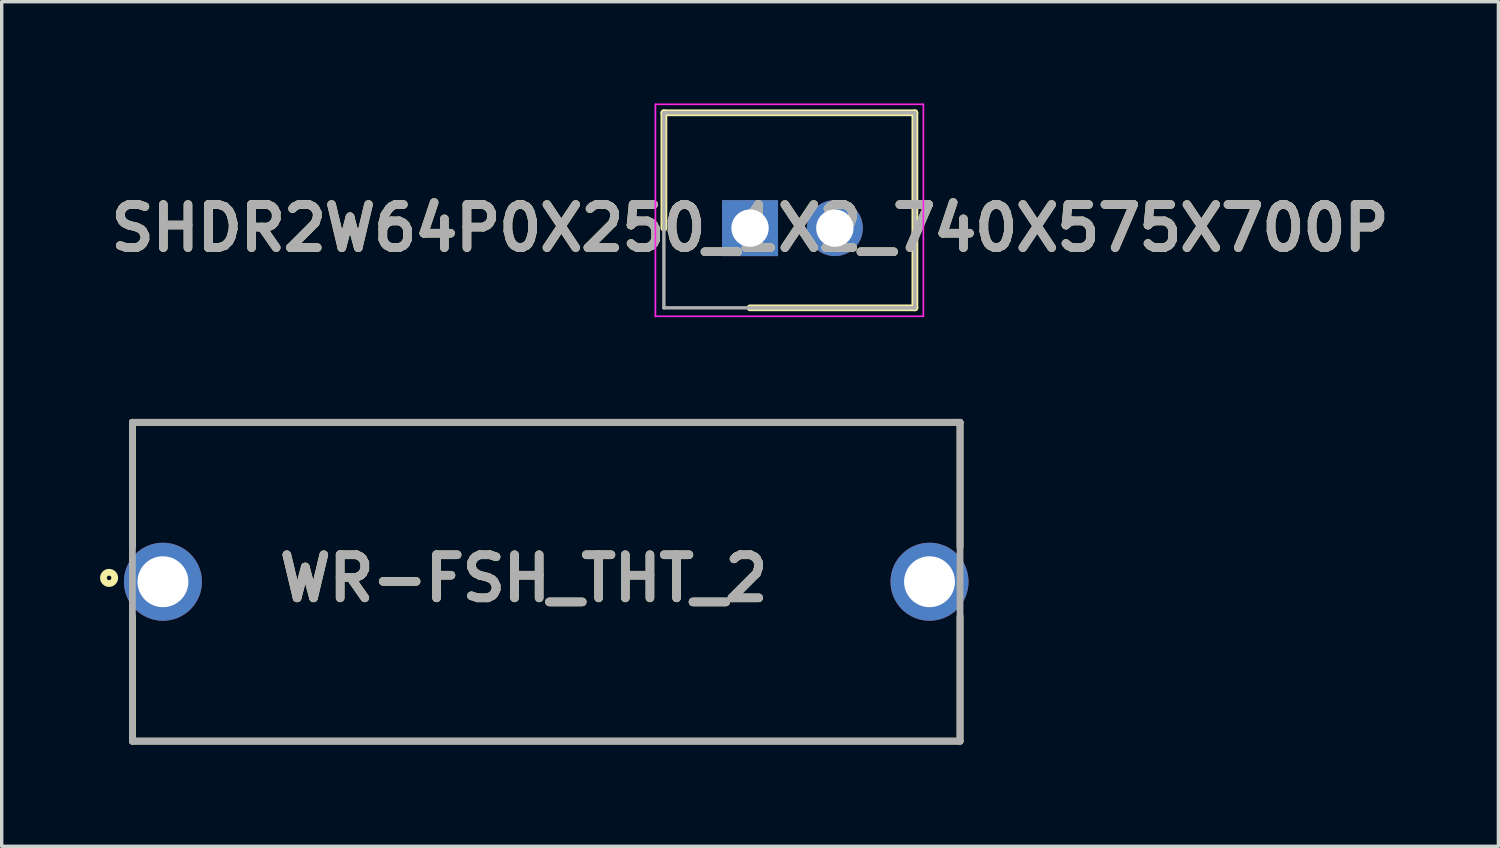
<source format=kicad_pcb>
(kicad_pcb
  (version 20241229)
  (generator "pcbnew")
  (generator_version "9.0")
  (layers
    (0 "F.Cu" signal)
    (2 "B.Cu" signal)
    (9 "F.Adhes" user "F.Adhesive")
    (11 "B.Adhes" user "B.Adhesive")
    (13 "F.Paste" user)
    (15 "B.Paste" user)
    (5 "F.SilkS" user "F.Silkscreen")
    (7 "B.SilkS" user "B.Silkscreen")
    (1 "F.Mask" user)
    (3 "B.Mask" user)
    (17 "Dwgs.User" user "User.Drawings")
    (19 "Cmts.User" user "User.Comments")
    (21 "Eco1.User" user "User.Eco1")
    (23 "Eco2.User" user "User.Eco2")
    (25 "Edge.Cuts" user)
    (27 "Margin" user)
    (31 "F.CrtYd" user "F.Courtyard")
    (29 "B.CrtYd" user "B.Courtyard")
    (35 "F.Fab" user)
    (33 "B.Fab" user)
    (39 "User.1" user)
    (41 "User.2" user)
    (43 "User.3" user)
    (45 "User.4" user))
  (footprint "SHDR2W64P0X250_1X2_740X575X700P"
    (layer "F.Cu")
    (at 19.062 3.675)
    (property "Reference" "SHDR2W64P0X250_1X2_740X575X700P" (at 0 0 0) (layer "F.SilkS") (effects (font (size 1.27 1.27) (thickness 0.254))))
    (attr through_hole)
    (fp_line (start -2.54 -3.4) (end -2.54 0) (stroke (width 0.2) (type solid)) (layer "F.SilkS"))
    (fp_line (start 0 2.35) (end 4.86 2.35) (stroke (width 0.2) (type solid)) (layer "F.SilkS"))
    (fp_line (start 4.86 -3.4) (end -2.54 -3.4) (stroke (width 0.2) (type solid)) (layer "F.SilkS"))
    (fp_line (start 4.86 2.35) (end 4.86 -3.4) (stroke (width 0.2) (type solid)) (layer "F.SilkS"))
    (fp_line (start -2.79 -3.65) (end 5.11 -3.65) (stroke (width 0.05) (type solid)) (layer "F.CrtYd"))
    (fp_line (start -2.79 2.6) (end -2.79 -3.65) (stroke (width 0.05) (type solid)) (layer "F.CrtYd"))
    (fp_line (start 5.11 -3.65) (end 5.11 2.6) (stroke (width 0.05) (type solid)) (layer "F.CrtYd"))
    (fp_line (start 5.11 2.6) (end -2.79 2.6) (stroke (width 0.05) (type solid)) (layer "F.CrtYd"))
    (fp_line (start -2.54 -3.4) (end 4.86 -3.4) (stroke (width 0.1) (type solid)) (layer "F.Fab"))
    (fp_line (start -2.54 2.35) (end -2.54 -3.4) (stroke (width 0.1) (type solid)) (layer "F.Fab"))
    (fp_line (start 4.86 -3.4) (end 4.86 2.35) (stroke (width 0.1) (type solid)) (layer "F.Fab"))
    (fp_line (start 4.86 2.35) (end -2.54 2.35) (stroke (width 0.1) (type solid)) (layer "F.Fab"))
    (fp_text user "${REFERENCE}" (at 0 0 0) (layer "F.Fab") (effects (font (size 1.27 1.27) (thickness 0.254))))
    (pad "1" thru_hole rect (at 0 0) (size 1.65 1.65) (drill 1.1) (layers "*.Cu" "*.Mask"))
    (pad "2" thru_hole circle (at 2.5 0) (size 1.65 1.65) (drill 1.1) (layers "*.Cu" "*.Mask")))
  (footprint "WR-FSH_THT_2"
    (layer "F.Cu")
    (at 13.053 14.1)
    (property "Reference" "WR-FSH_THT_2" (at -0.662 -0.1 0) (layer "F.SilkS") (effects (font (size 1.27 1.27) (thickness 0.254))))
    (attr through_hole)
    (fp_line (start -12.2 -4.7) (end -12.2 -1.023) (stroke (width 0.2) (type solid)) (layer "F.SilkS"))
    (fp_line (start -12.2 -4.7) (end 12.2 -4.7) (stroke (width 0.2) (type solid)) (layer "F.SilkS"))
    (fp_line (start -12.2 4.7) (end -12.2 1.023) (stroke (width 0.2) (type solid)) (layer "F.SilkS"))
    (fp_line (start 12.2 -4.7) (end 12.2 -1.023) (stroke (width 0.2) (type solid)) (layer "F.SilkS"))
    (fp_line (start 12.2 4.7) (end -12.2 4.7) (stroke (width 0.2) (type solid)) (layer "F.SilkS"))
    (fp_line (start 12.2 4.7) (end 12.2 1.023) (stroke (width 0.2) (type solid)) (layer "F.SilkS"))
    (fp_circle (center -12.887 -0.113) (end -12.887 -0.047) (stroke (width 0.2) (type solid)) (fill no) (layer "F.SilkS"))
    (fp_line (start -12.2 -4.7) (end 12.2 -4.7) (stroke (width 0.2) (type solid)) (layer "F.Fab"))
    (fp_line (start -12.2 4.7) (end -12.2 -4.7) (stroke (width 0.2) (type solid)) (layer "F.Fab"))
    (fp_line (start 12.2 -4.7) (end 12.2 4.7) (stroke (width 0.2) (type solid)) (layer "F.Fab"))
    (fp_line (start 12.2 4.7) (end -12.2 4.7) (stroke (width 0.2) (type solid)) (layer "F.Fab"))
    (fp_text user "${REFERENCE}" (at -0.662 -0.1 0) (layer "F.Fab") (effects (font (size 1.27 1.27) (thickness 0.254))))
    (pad "1" thru_hole circle (at -11.3 0) (size 2.3 2.3) (drill 1.5) (layers "*.Cu" "*.Mask"))
    (pad "2" thru_hole circle (at 11.3 0) (size 2.3 2.3) (drill 1.5) (layers "*.Cu" "*.Mask")))
  (gr_rect
    (start -3 -3)
    (end 41.124 21.9)
    (stroke (width 0.1) (type default))
    (fill no)
    (layer "Edge.Cuts")))
</source>
